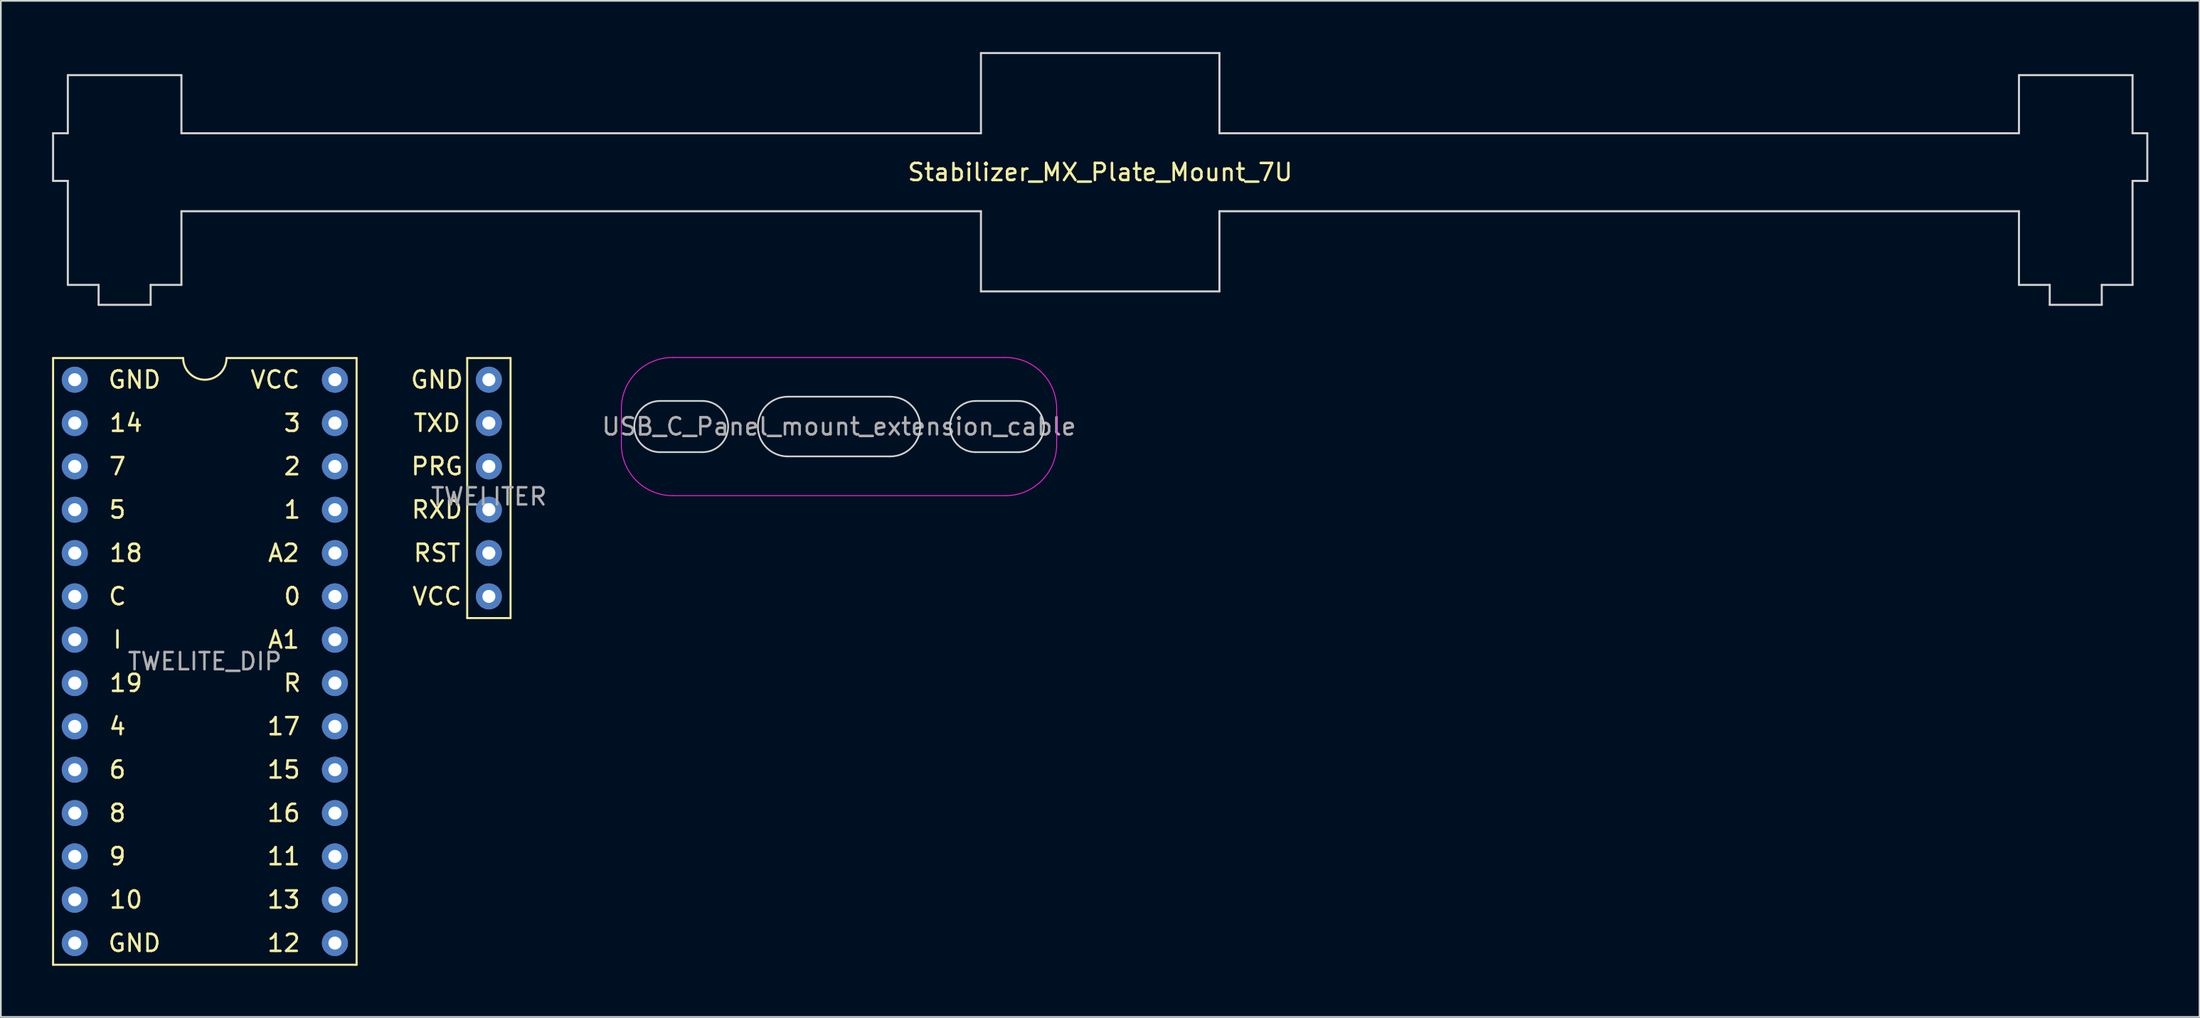
<source format=kicad_pcb>
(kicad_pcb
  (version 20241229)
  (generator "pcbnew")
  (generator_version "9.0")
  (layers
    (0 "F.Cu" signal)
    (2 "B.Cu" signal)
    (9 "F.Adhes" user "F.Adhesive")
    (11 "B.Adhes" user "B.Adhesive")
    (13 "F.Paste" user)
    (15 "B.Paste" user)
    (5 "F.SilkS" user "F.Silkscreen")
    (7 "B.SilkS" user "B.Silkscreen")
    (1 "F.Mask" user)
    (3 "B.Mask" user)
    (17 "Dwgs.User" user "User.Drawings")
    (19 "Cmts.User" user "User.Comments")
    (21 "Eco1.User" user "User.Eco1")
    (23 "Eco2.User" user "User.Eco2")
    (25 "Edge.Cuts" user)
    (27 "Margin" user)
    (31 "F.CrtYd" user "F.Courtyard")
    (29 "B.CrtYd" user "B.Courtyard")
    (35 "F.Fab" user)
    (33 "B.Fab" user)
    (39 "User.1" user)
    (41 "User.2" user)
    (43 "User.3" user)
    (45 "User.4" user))
  (footprint "USB_C_Panel_mount_extension_cable"
    (layer "F.Cu")
    (at 46.101 21.952)
    (property "Reference" "USB_C_Panel_mount_extension_cable" (at 0 0 0) (layer "F.Fab") (effects (font (size 1 1) (thickness 0.15))))
    (attr through_hole)
    (fp_line (start -7.995 -1.5) (end -10.495 -1.5) (stroke (width 0.1) (type solid)) (layer "Edge.Cuts"))
    (fp_line (start -7.995 1.5) (end -10.495 1.5) (stroke (width 0.1) (type solid)) (layer "Edge.Cuts"))
    (fp_line (start -3.005 1.75) (end 3.005 1.75) (stroke (width 0.1) (type solid)) (layer "Edge.Cuts"))
    (fp_line (start 3.005 -1.75) (end -3.005 -1.75) (stroke (width 0.1) (type solid)) (layer "Edge.Cuts"))
    (fp_line (start 7.995 -1.5) (end 10.505 -1.5) (stroke (width 0.1) (type solid)) (layer "Edge.Cuts"))
    (fp_line (start 10.505 1.5) (end 8.005 1.5) (stroke (width 0.1) (type solid)) (layer "Edge.Cuts"))
    (fp_arc (start -10.495 1.5) (mid -11.995 0) (end -10.495 -1.5) (stroke (width 0.1) (type solid)) (layer "Edge.Cuts"))
    (fp_arc (start -7.995 -1.5) (mid -6.495 0) (end -7.995 1.5) (stroke (width 0.1) (type solid)) (layer "Edge.Cuts"))
    (fp_arc (start -3.005 1.75) (mid -4.755 0) (end -3.005 -1.75) (stroke (width 0.1) (type solid)) (layer "Edge.Cuts"))
    (fp_arc (start 3.005 -1.75) (mid 4.755 0) (end 3.005 1.75) (stroke (width 0.1) (type solid)) (layer "Edge.Cuts"))
    (fp_arc (start 8.004999 1.500032) (mid 6.504976 0.004999) (end 7.995001 -1.499999) (stroke (width 0.1) (type solid)) (layer "Edge.Cuts"))
    (fp_arc (start 10.505 -1.5) (mid 12.005 0) (end 10.505 1.5) (stroke (width 0.1) (type solid)) (layer "Edge.Cuts"))
    (fp_line (start -12.75 -1.05) (end -12.75 1.05) (stroke (width 0.05) (type solid)) (layer "F.CrtYd"))
    (fp_line (start -9.75 -4.05) (end 9.75 -4.05) (stroke (width 0.05) (type solid)) (layer "F.CrtYd"))
    (fp_line (start -9.75 4.05) (end 9.75 4.05) (stroke (width 0.05) (type solid)) (layer "F.CrtYd"))
    (fp_line (start 12.75 -1.05) (end 12.75 1.05) (stroke (width 0.05) (type solid)) (layer "F.CrtYd"))
    (fp_arc (start -12.75 -1.05) (mid -11.87132 -3.17132) (end -9.75 -4.05) (stroke (width 0.05) (type solid)) (layer "F.CrtYd"))
    (fp_arc (start -9.75 4.05) (mid -11.87132 3.17132) (end -12.75 1.05) (stroke (width 0.05) (type solid)) (layer "F.CrtYd"))
    (fp_arc (start 9.75 -4.05) (mid 11.87132 -3.17132) (end 12.75 -1.05) (stroke (width 0.05) (type solid)) (layer "F.CrtYd"))
    (fp_arc (start 12.75 1.05) (mid 11.87132 3.17132) (end 9.75 4.05) (stroke (width 0.05) (type solid)) (layer "F.CrtYd")))
  (footprint "Stabilizer_MX_Plate_Mount_7U"
    (layer "F.Cu")
    (at 61.401 7.045)
    (property "Reference" "Stabilizer_MX_Plate_Mount_7U" (at 0 0 0) (layer "F.SilkS") (effects (font (size 1 1) (thickness 0.15))))
    (attr through_hole)
    (fp_line (start -61.341 -2.286) (end -61.341 0.508) (stroke (width 0.12) (type solid)) (layer "Edge.Cuts"))
    (fp_line (start -61.341 0.508) (end -60.477 0.508) (stroke (width 0.12) (type solid)) (layer "Edge.Cuts"))
    (fp_line (start -60.477 -5.69) (end -60.477 -2.286) (stroke (width 0.12) (type solid)) (layer "Edge.Cuts"))
    (fp_line (start -60.477 -2.286) (end -61.341 -2.286) (stroke (width 0.12) (type solid)) (layer "Edge.Cuts"))
    (fp_line (start -60.477 0.508) (end -60.477 6.604) (stroke (width 0.12) (type solid)) (layer "Edge.Cuts"))
    (fp_line (start -60.477 6.604) (end -58.674 6.604) (stroke (width 0.12) (type solid)) (layer "Edge.Cuts"))
    (fp_line (start -58.674 6.604) (end -58.674 7.772) (stroke (width 0.12) (type solid)) (layer "Edge.Cuts"))
    (fp_line (start -58.674 7.772) (end -55.626 7.772) (stroke (width 0.12) (type solid)) (layer "Edge.Cuts"))
    (fp_line (start -55.626 6.604) (end -53.823 6.604) (stroke (width 0.12) (type solid)) (layer "Edge.Cuts"))
    (fp_line (start -55.626 7.772) (end -55.626 6.604) (stroke (width 0.12) (type solid)) (layer "Edge.Cuts"))
    (fp_line (start -53.823 -5.69) (end -60.477 -5.69) (stroke (width 0.12) (type solid)) (layer "Edge.Cuts"))
    (fp_line (start -53.823 -2.286) (end -53.823 -5.69) (stroke (width 0.12) (type solid)) (layer "Edge.Cuts"))
    (fp_line (start -53.823 2.286) (end -6.985 2.286) (stroke (width 0.12) (type solid)) (layer "Edge.Cuts"))
    (fp_line (start -53.823 6.604) (end -53.823 2.286) (stroke (width 0.12) (type solid)) (layer "Edge.Cuts"))
    (fp_line (start -6.985 -6.985) (end -6.985 -2.286) (stroke (width 0.12) (type solid)) (layer "Edge.Cuts"))
    (fp_line (start -6.985 -6.985) (end 6.985 -6.985) (stroke (width 0.12) (type solid)) (layer "Edge.Cuts"))
    (fp_line (start -6.985 -2.286) (end -53.823 -2.286) (stroke (width 0.12) (type solid)) (layer "Edge.Cuts"))
    (fp_line (start -6.985 2.286) (end -6.985 6.985) (stroke (width 0.12) (type solid)) (layer "Edge.Cuts"))
    (fp_line (start -6.985 6.985) (end 6.985 6.985) (stroke (width 0.12) (type solid)) (layer "Edge.Cuts"))
    (fp_line (start 6.985 -6.985) (end 6.985 -2.286) (stroke (width 0.12) (type solid)) (layer "Edge.Cuts"))
    (fp_line (start 6.985 -2.286) (end 53.823 -2.286) (stroke (width 0.12) (type solid)) (layer "Edge.Cuts"))
    (fp_line (start 6.985 2.286) (end 6.985 6.985) (stroke (width 0.12) (type solid)) (layer "Edge.Cuts"))
    (fp_line (start 53.823 -5.69) (end 60.477 -5.69) (stroke (width 0.12) (type solid)) (layer "Edge.Cuts"))
    (fp_line (start 53.823 -2.286) (end 53.823 -5.69) (stroke (width 0.12) (type solid)) (layer "Edge.Cuts"))
    (fp_line (start 53.823 2.286) (end 6.985 2.286) (stroke (width 0.12) (type solid)) (layer "Edge.Cuts"))
    (fp_line (start 53.823 6.604) (end 53.823 2.286) (stroke (width 0.12) (type solid)) (layer "Edge.Cuts"))
    (fp_line (start 55.626 6.604) (end 53.823 6.604) (stroke (width 0.12) (type solid)) (layer "Edge.Cuts"))
    (fp_line (start 55.626 7.772) (end 55.626 6.604) (stroke (width 0.12) (type solid)) (layer "Edge.Cuts"))
    (fp_line (start 58.674 6.604) (end 58.674 7.772) (stroke (width 0.12) (type solid)) (layer "Edge.Cuts"))
    (fp_line (start 58.674 7.772) (end 55.626 7.772) (stroke (width 0.12) (type solid)) (layer "Edge.Cuts"))
    (fp_line (start 60.477 -5.69) (end 60.477 -2.286) (stroke (width 0.12) (type solid)) (layer "Edge.Cuts"))
    (fp_line (start 60.477 -2.286) (end 61.341 -2.286) (stroke (width 0.12) (type solid)) (layer "Edge.Cuts"))
    (fp_line (start 60.477 0.508) (end 60.477 6.604) (stroke (width 0.12) (type solid)) (layer "Edge.Cuts"))
    (fp_line (start 60.477 6.604) (end 58.674 6.604) (stroke (width 0.12) (type solid)) (layer "Edge.Cuts"))
    (fp_line (start 61.341 -2.286) (end 61.341 0.508) (stroke (width 0.12) (type solid)) (layer "Edge.Cuts"))
    (fp_line (start 61.341 0.508) (end 60.477 0.508) (stroke (width 0.12) (type solid)) (layer "Edge.Cuts")))
  (footprint "TWELITER"
    (layer "F.Cu")
    (at 25.589 25.557)
    (property "Reference" "TWELITER" (at 0 0.5 0) (layer "F.Fab") (effects (font (size 1 1) (thickness 0.15))))
    (attr through_hole)
    (fp_line (start -1.27 -7.62) (end 1.27 -7.62) (stroke (width 0.12) (type solid)) (layer "F.SilkS"))
    (fp_line (start -1.27 7.62) (end -1.27 -7.62) (stroke (width 0.12) (type solid)) (layer "F.SilkS"))
    (fp_line (start 1.27 -7.62) (end 1.27 7.62) (stroke (width 0.12) (type solid)) (layer "F.SilkS"))
    (fp_line (start 1.27 7.62) (end -1.27 7.62) (stroke (width 0.12) (type solid)) (layer "F.SilkS"))
    (fp_text user "PRG" (at -3.04 -1.27 0) (layer "F.SilkS") (effects (font (size 1 1) (thickness 0.15))))
    (fp_text user "GND" (at -3.04 -6.35 0) (layer "F.SilkS") (effects (font (size 1 1) (thickness 0.15))))
    (fp_text user "VCC" (at -3.04 6.35 0) (layer "F.SilkS") (effects (font (size 1 1) (thickness 0.15))))
    (fp_text user "RST" (at -3.04 3.81 0) (layer "F.SilkS") (effects (font (size 1 1) (thickness 0.15))))
    (fp_text user "RXD" (at -3.04 1.27 0) (layer "F.SilkS") (effects (font (size 1 1) (thickness 0.15))))
    (fp_text user "TXD" (at -3.04 -3.81 0) (layer "F.SilkS") (effects (font (size 1 1) (thickness 0.15))))
    (pad "1" thru_hole circle (at 0 -6.35) (size 1.524 1.524) (drill 0.762) (layers "*.Cu" "*.Mask"))
    (pad "2" thru_hole circle (at 0 -3.81) (size 1.524 1.524) (drill 0.762) (layers "*.Cu" "*.Mask"))
    (pad "3" thru_hole circle (at 0 -1.27) (size 1.524 1.524) (drill 0.762) (layers "*.Cu" "*.Mask"))
    (pad "4" thru_hole circle (at 0 1.27) (size 1.524 1.524) (drill 0.762) (layers "*.Cu" "*.Mask"))
    (pad "5" thru_hole circle (at 0 3.81) (size 1.524 1.524) (drill 0.762) (layers "*.Cu" "*.Mask"))
    (pad "6" thru_hole circle (at 0 6.35) (size 1.524 1.524) (drill 0.762) (layers "*.Cu" "*.Mask")))
  (footprint "TWELITE_DIP"
    (layer "F.Cu")
    (at 8.95 35.717)
    (property "Reference" "TWELITE_DIP" (at 0 0 0) (layer "F.Fab") (effects (font (size 1 1) (thickness 0.15))))
    (attr through_hole)
    (fp_line (start -8.89 -17.78) (end -8.89 17.78) (stroke (width 0.12) (type solid)) (layer "F.SilkS"))
    (fp_line (start -8.89 17.78) (end 8.89 17.78) (stroke (width 0.12) (type solid)) (layer "F.SilkS"))
    (fp_line (start -1.27 -17.78) (end -8.89 -17.78) (stroke (width 0.12) (type solid)) (layer "F.SilkS"))
    (fp_line (start 8.89 -17.78) (end 1.27 -17.78) (stroke (width 0.12) (type solid)) (layer "F.SilkS"))
    (fp_line (start 8.89 17.78) (end 8.89 -17.78) (stroke (width 0.12) (type solid)) (layer "F.SilkS"))
    (fp_arc (start 1.27 -17.78) (mid 0 -16.51) (end -1.27 -17.78) (stroke (width 0.12) (type solid)) (layer "F.SilkS"))
    (fp_text user "6" (at -5.12 6.35 0) (unlocked yes) (layer "F.SilkS") (effects (font (size 1 1) (thickness 0.15))))
    (fp_text user "7" (at -5.12 -11.43 0) (unlocked yes) (layer "F.SilkS") (effects (font (size 1 1) (thickness 0.15))))
    (fp_text user "4" (at -5.12 3.81 0) (unlocked yes) (layer "F.SilkS") (effects (font (size 1 1) (thickness 0.15))))
    (fp_text user "GND" (at -4.12 -16.51 0) (unlocked yes) (layer "F.SilkS") (effects (font (size 1 1) (thickness 0.15))))
    (fp_text user "VCC" (at 4.12 -16.51 0) (unlocked yes) (layer "F.SilkS") (effects (font (size 1 1) (thickness 0.15))))
    (fp_text user "5" (at -5.12 -8.89 0) (unlocked yes) (layer "F.SilkS") (effects (font (size 1 1) (thickness 0.15))))
    (fp_text user "12" (at 4.62 16.51 0) (unlocked yes) (layer "F.SilkS") (effects (font (size 1 1) (thickness 0.15))))
    (fp_text user "1" (at 5.12 -8.89 0) (unlocked yes) (layer "F.SilkS") (effects (font (size 1 1) (thickness 0.15))))
    (fp_text user "18" (at -4.62 -6.35 0) (unlocked yes) (layer "F.SilkS") (effects (font (size 1 1) (thickness 0.15))))
    (fp_text user "2" (at 5.12 -11.43 0) (unlocked yes) (layer "F.SilkS") (effects (font (size 1 1) (thickness 0.15))))
    (fp_text user "0" (at 5.12 -3.81 0) (unlocked yes) (layer "F.SilkS") (effects (font (size 1 1) (thickness 0.15))))
    (fp_text user "14" (at -4.62 -13.97 0) (unlocked yes) (layer "F.SilkS") (effects (font (size 1 1) (thickness 0.15))))
    (fp_text user "8" (at -5.12 8.89 0) (unlocked yes) (layer "F.SilkS") (effects (font (size 1 1) (thickness 0.15))))
    (fp_text user "3" (at 5.12 -13.97 0) (unlocked yes) (layer "F.SilkS") (effects (font (size 1 1) (thickness 0.15))))
    (fp_text user "C" (at -5.12 -3.81 0) (unlocked yes) (layer "F.SilkS") (effects (font (size 1 1) (thickness 0.15))))
    (fp_text user "17" (at 4.62 3.81 0) (unlocked yes) (layer "F.SilkS") (effects (font (size 1 1) (thickness 0.15))))
    (fp_text user "GND" (at -4.12 16.51 0) (unlocked yes) (layer "F.SilkS") (effects (font (size 1 1) (thickness 0.15))))
    (fp_text user "9" (at -5.12 11.43 0) (unlocked yes) (layer "F.SilkS") (effects (font (size 1 1) (thickness 0.15))))
    (fp_text user "16" (at 4.62 8.89 0) (unlocked yes) (layer "F.SilkS") (effects (font (size 1 1) (thickness 0.15))))
    (fp_text user "13" (at 4.62 13.97 0) (unlocked yes) (layer "F.SilkS") (effects (font (size 1 1) (thickness 0.15))))
    (fp_text user "I" (at -5.12 -1.27 0) (unlocked yes) (layer "F.SilkS") (effects (font (size 1 1) (thickness 0.15))))
    (fp_text user "11" (at 4.62 11.43 0) (unlocked yes) (layer "F.SilkS") (effects (font (size 1 1) (thickness 0.15))))
    (fp_text user "A2" (at 4.62 -6.35 0) (unlocked yes) (layer "F.SilkS") (effects (font (size 1 1) (thickness 0.15))))
    (fp_text user "A1" (at 4.62 -1.27 0) (unlocked yes) (layer "F.SilkS") (effects (font (size 1 1) (thickness 0.15))))
    (fp_text user "10" (at -4.62 13.97 0) (unlocked yes) (layer "F.SilkS") (effects (font (size 1 1) (thickness 0.15))))
    (fp_text user "15" (at 4.62 6.35 0) (unlocked yes) (layer "F.SilkS") (effects (font (size 1 1) (thickness 0.15))))
    (fp_text user "19" (at -4.62 1.27 0) (unlocked yes) (layer "F.SilkS") (effects (font (size 1 1) (thickness 0.15))))
    (fp_text user "R" (at 5.12 1.27 0) (unlocked yes) (layer "F.SilkS") (effects (font (size 1 1) (thickness 0.15))))
    (pad "1" thru_hole circle (at -7.62 -16.51) (size 1.524 1.524) (drill 0.762) (layers "*.Cu" "*.Mask"))
    (pad "2" thru_hole circle (at -7.62 -13.97) (size 1.524 1.524) (drill 0.762) (layers "*.Cu" "*.Mask"))
    (pad "3" thru_hole circle (at -7.62 -11.43) (size 1.524 1.524) (drill 0.762) (layers "*.Cu" "*.Mask"))
    (pad "4" thru_hole circle (at -7.62 -8.89) (size 1.524 1.524) (drill 0.762) (layers "*.Cu" "*.Mask"))
    (pad "5" thru_hole circle (at -7.62 -6.35) (size 1.524 1.524) (drill 0.762) (layers "*.Cu" "*.Mask"))
    (pad "6" thru_hole circle (at -7.62 -3.81) (size 1.524 1.524) (drill 0.762) (layers "*.Cu" "*.Mask"))
    (pad "7" thru_hole circle (at -7.62 -1.27) (size 1.524 1.524) (drill 0.762) (layers "*.Cu" "*.Mask"))
    (pad "8" thru_hole circle (at -7.62 1.27) (size 1.524 1.524) (drill 0.762) (layers "*.Cu" "*.Mask"))
    (pad "9" thru_hole circle (at -7.62 3.81) (size 1.524 1.524) (drill 0.762) (layers "*.Cu" "*.Mask"))
    (pad "10" thru_hole circle (at -7.62 6.35) (size 1.524 1.524) (drill 0.762) (layers "*.Cu" "*.Mask"))
    (pad "11" thru_hole circle (at -7.62 8.89) (size 1.524 1.524) (drill 0.762) (layers "*.Cu" "*.Mask"))
    (pad "12" thru_hole circle (at -7.62 11.43) (size 1.524 1.524) (drill 0.762) (layers "*.Cu" "*.Mask"))
    (pad "13" thru_hole circle (at -7.62 13.97) (size 1.524 1.524) (drill 0.762) (layers "*.Cu" "*.Mask"))
    (pad "14" thru_hole circle (at -7.62 16.51) (size 1.524 1.524) (drill 0.762) (layers "*.Cu" "*.Mask"))
    (pad "15" thru_hole circle (at 7.62 16.51) (size 1.524 1.524) (drill 0.762) (layers "*.Cu" "*.Mask"))
    (pad "16" thru_hole circle (at 7.62 13.97) (size 1.524 1.524) (drill 0.762) (layers "*.Cu" "*.Mask"))
    (pad "17" thru_hole circle (at 7.62 11.43) (size 1.524 1.524) (drill 0.762) (layers "*.Cu" "*.Mask"))
    (pad "18" thru_hole circle (at 7.62 8.89) (size 1.524 1.524) (drill 0.762) (layers "*.Cu" "*.Mask"))
    (pad "19" thru_hole circle (at 7.62 6.35) (size 1.524 1.524) (drill 0.762) (layers "*.Cu" "*.Mask"))
    (pad "20" thru_hole circle (at 7.62 3.81) (size 1.524 1.524) (drill 0.762) (layers "*.Cu" "*.Mask"))
    (pad "21" thru_hole circle (at 7.62 1.27) (size 1.524 1.524) (drill 0.762) (layers "*.Cu" "*.Mask"))
    (pad "22" thru_hole circle (at 7.62 -1.27) (size 1.524 1.524) (drill 0.762) (layers "*.Cu" "*.Mask"))
    (pad "23" thru_hole circle (at 7.62 -3.81) (size 1.524 1.524) (drill 0.762) (layers "*.Cu" "*.Mask"))
    (pad "24" thru_hole circle (at 7.62 -6.35) (size 1.524 1.524) (drill 0.762) (layers "*.Cu" "*.Mask"))
    (pad "25" thru_hole circle (at 7.62 -8.89) (size 1.524 1.524) (drill 0.762) (layers "*.Cu" "*.Mask"))
    (pad "26" thru_hole circle (at 7.62 -11.43) (size 1.524 1.524) (drill 0.762) (layers "*.Cu" "*.Mask"))
    (pad "27" thru_hole circle (at 7.62 -13.97) (size 1.524 1.524) (drill 0.762) (layers "*.Cu" "*.Mask"))
    (pad "28" thru_hole circle (at 7.62 -16.51) (size 1.524 1.524) (drill 0.762) (layers "*.Cu" "*.Mask")))
  (gr_rect
    (start -3 -3)
    (end 125.802 56.557)
    (stroke (width 0.1) (type default))
    (fill no)
    (layer "Edge.Cuts")))
</source>
